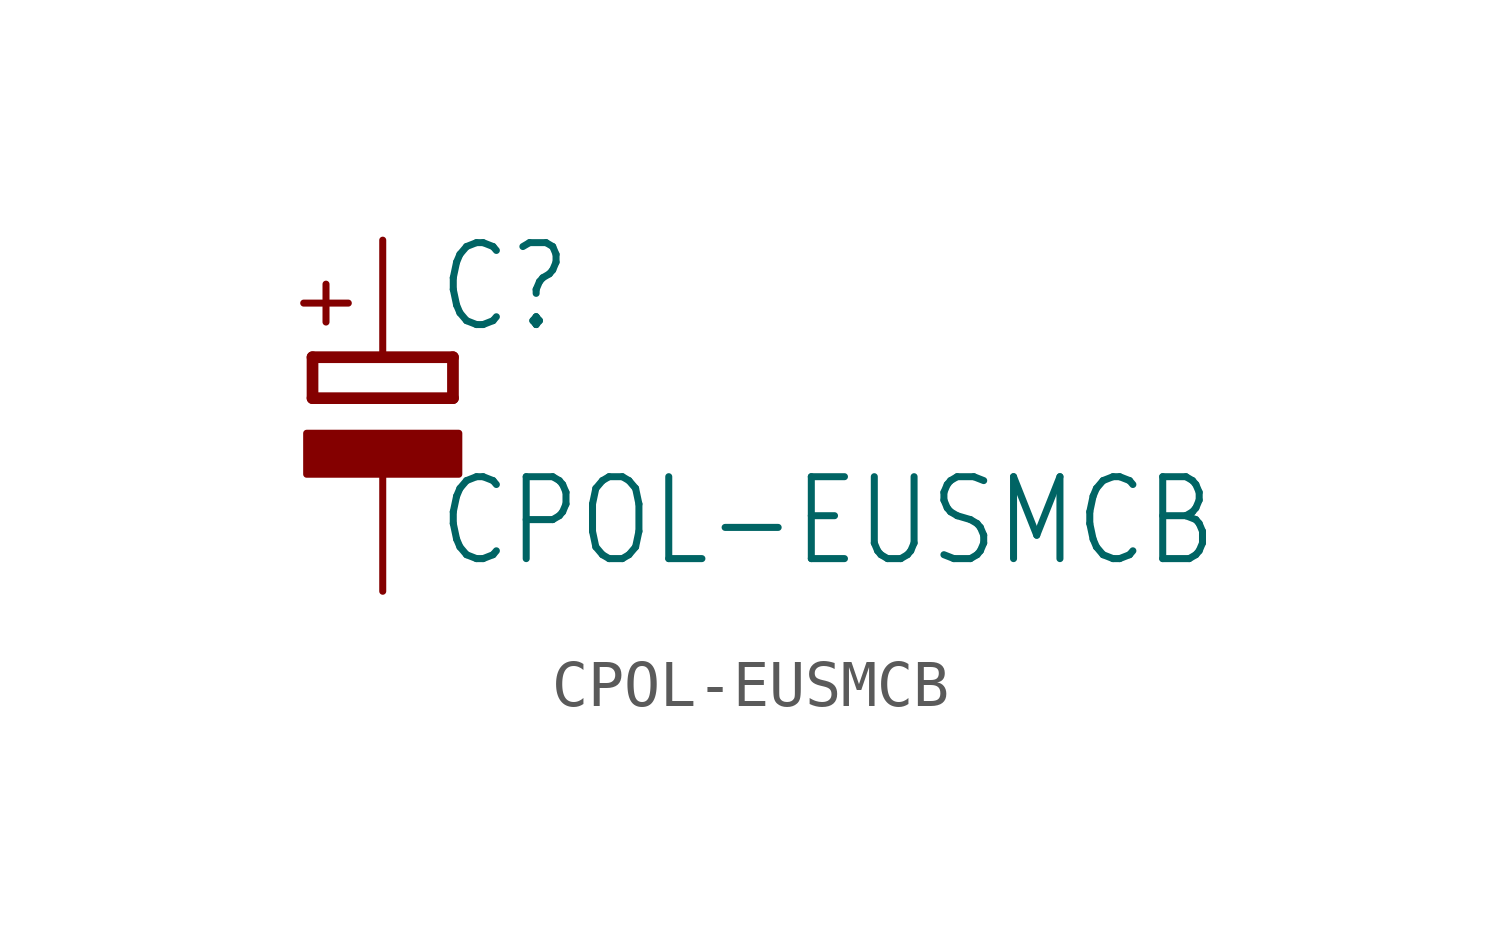
<source format=kicad_sym>
(kicad_symbol_lib
  (version 20210619)
  (generator kicad_symbol_editor)
  (symbol "CPOL-EUSMCB"
    (property "Reference" "C"
      (at 1.143 0.483 0)
      (effects (font (size 1.778 1.511)) (justify left bottom)))
    (property "Value" "CPOL-EUSMCB"
      (at 1.143 -4.597 0)
      (effects (font (size 1.778 1.511)) (justify left bottom)))
    (property "ki_locked" ""
      (at 0 0 0)
      (effects (font (size 1.27 1.27))))
    (symbol "CPOL-EUSMCB_1_0"
      (text "+" (at -0.584 0.406 900) (effects (font (size 1.27 1.079)) (justify left bottom)))
      (rectangle (start -1.651 -2.54) (end 1.651 -1.651) (stroke (width 0)) (fill (type outline)))
      (polyline (pts (xy -1.524 -0.889) (xy 1.524 -0.889)) (stroke (width 0.254)) (fill (type none)))
      (polyline (pts (xy -1.524 0) (xy -1.524 -0.889)) (stroke (width 0.254)) (fill (type none)))
      (polyline (pts (xy -1.524 0) (xy 1.524 0)) (stroke (width 0.254)) (fill (type none)))
      (polyline (pts (xy 1.524 -0.889) (xy 1.524 0)) (stroke (width 0.254)) (fill (type none)))
      (pin passive line (at 0 2.54 270) (length 2.54) (name "+" (effects (font (size 0 0)))) (number "+" (effects (font (size 0 0)))))
      (pin passive line (at 0 -5.08 90) (length 2.54) (name "-" (effects (font (size 0 0)))) (number "-" (effects (font (size 0 0))))))))
</source>
